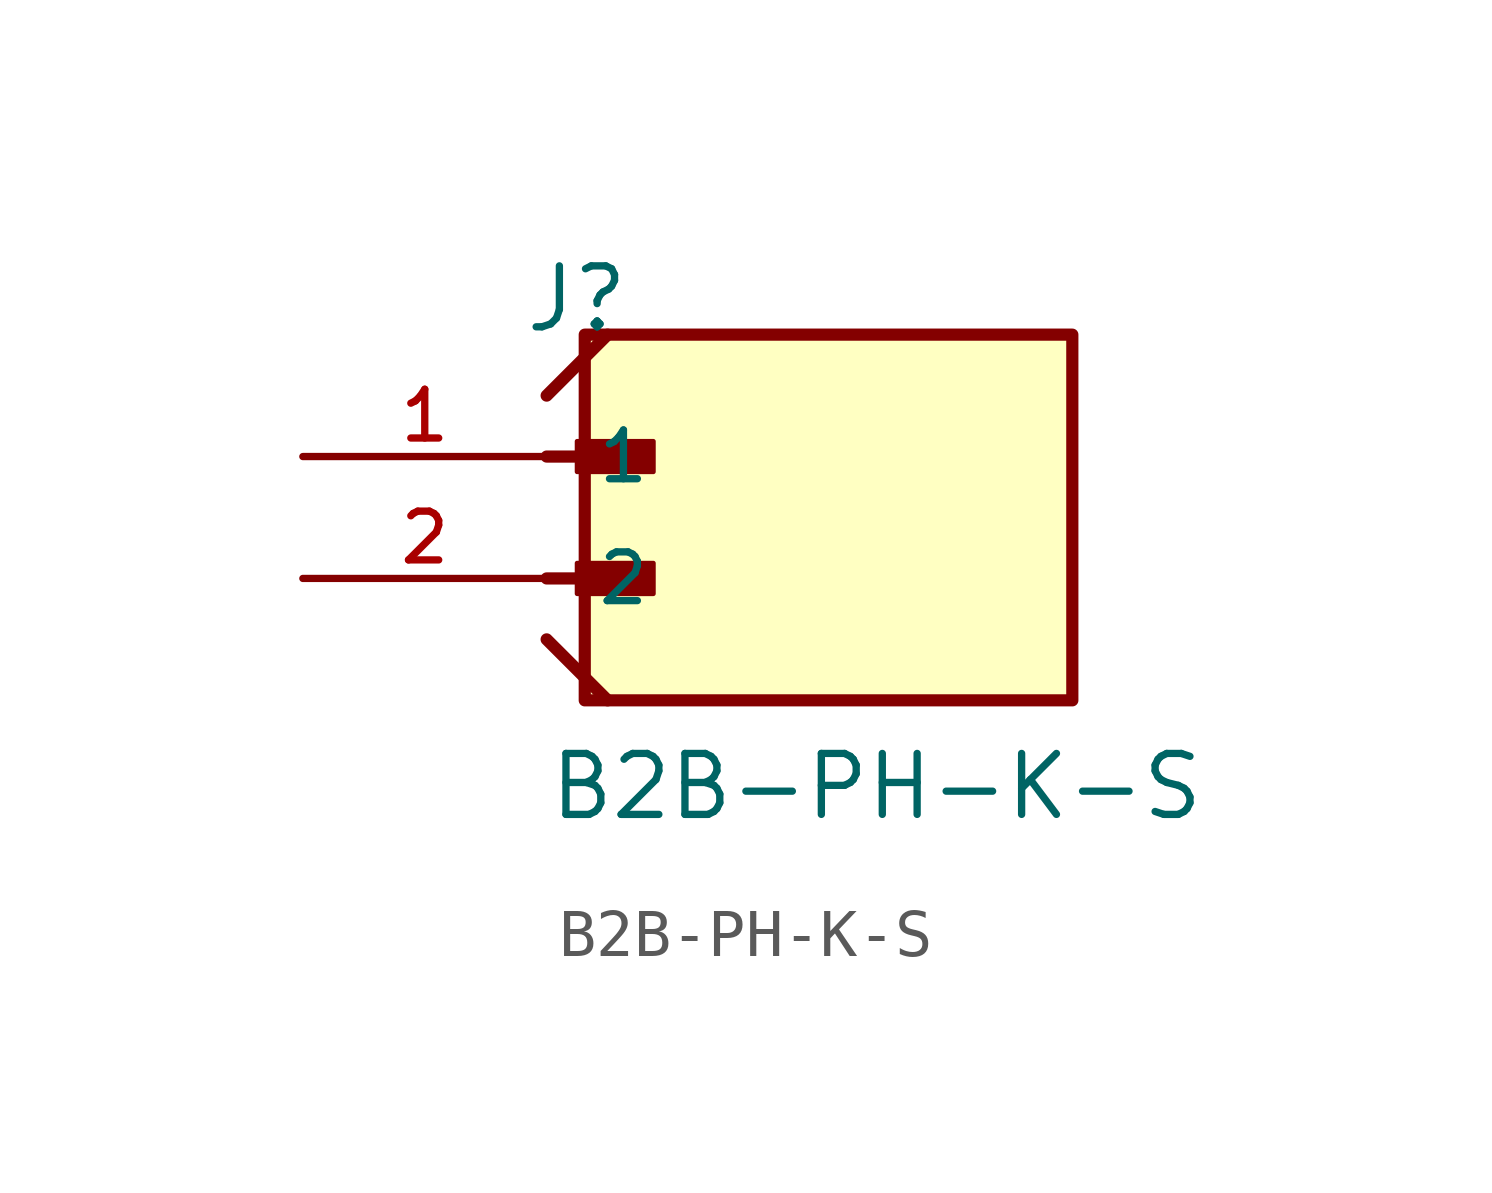
<source format=kicad_sym>
(kicad_symbol_lib
  (version 20211014)
  (generator kicad_symbol_editor)
  (symbol "B2B-PH-K-S"
    (pin_names
      (offset 1.016))
    (property "Reference" "J"
      (at -5.58 5.08 0)
      (effects (font (size 1.27 1.27)) (justify bottom left)))
    (property "Value" "B2B-PH-K-S"
      (at -5.08 -5.08 0)
      (effects (font (size 1.27 1.27)) (justify bottom left)))
    (symbol "B2B-PH-K-S_0_0"
      (polyline (pts (xy -5.08 2.54) (xy -3.175 2.54)) (stroke (width 0.254)))
      (rectangle (start -4.445 2.223) (end -2.857 2.857) (stroke (width 0.1)) (fill (type outline)))
      (polyline (pts (xy -5.08 0.0) (xy -3.175 0.0)) (stroke (width 0.254)))
      (rectangle (start -4.445 -0.318) (end -2.857 0.318) (stroke (width 0.1)) (fill (type outline)))
      (polyline (pts (xy -5.08 -1.27) (xy -3.81 -2.54)) (stroke (width 0.254)))
      (polyline (pts (xy -5.08 3.81) (xy -3.81 5.08)) (stroke (width 0.254)))
      (rectangle (start -4.286 -2.54) (end 5.874 5.08) (stroke (width 0.254)) (fill (type background)))
      (pin passive line (at -10.16 2.54 0) (length 5.08) (name "1" (effects (font (size 1.016 1.016)))) (number "1" (effects (font (size 1.016 1.016)))))
      (pin passive line (at -10.16 0.0 0) (length 5.08) (name "2" (effects (font (size 1.016 1.016)))) (number "2" (effects (font (size 1.016 1.016))))))))
</source>
